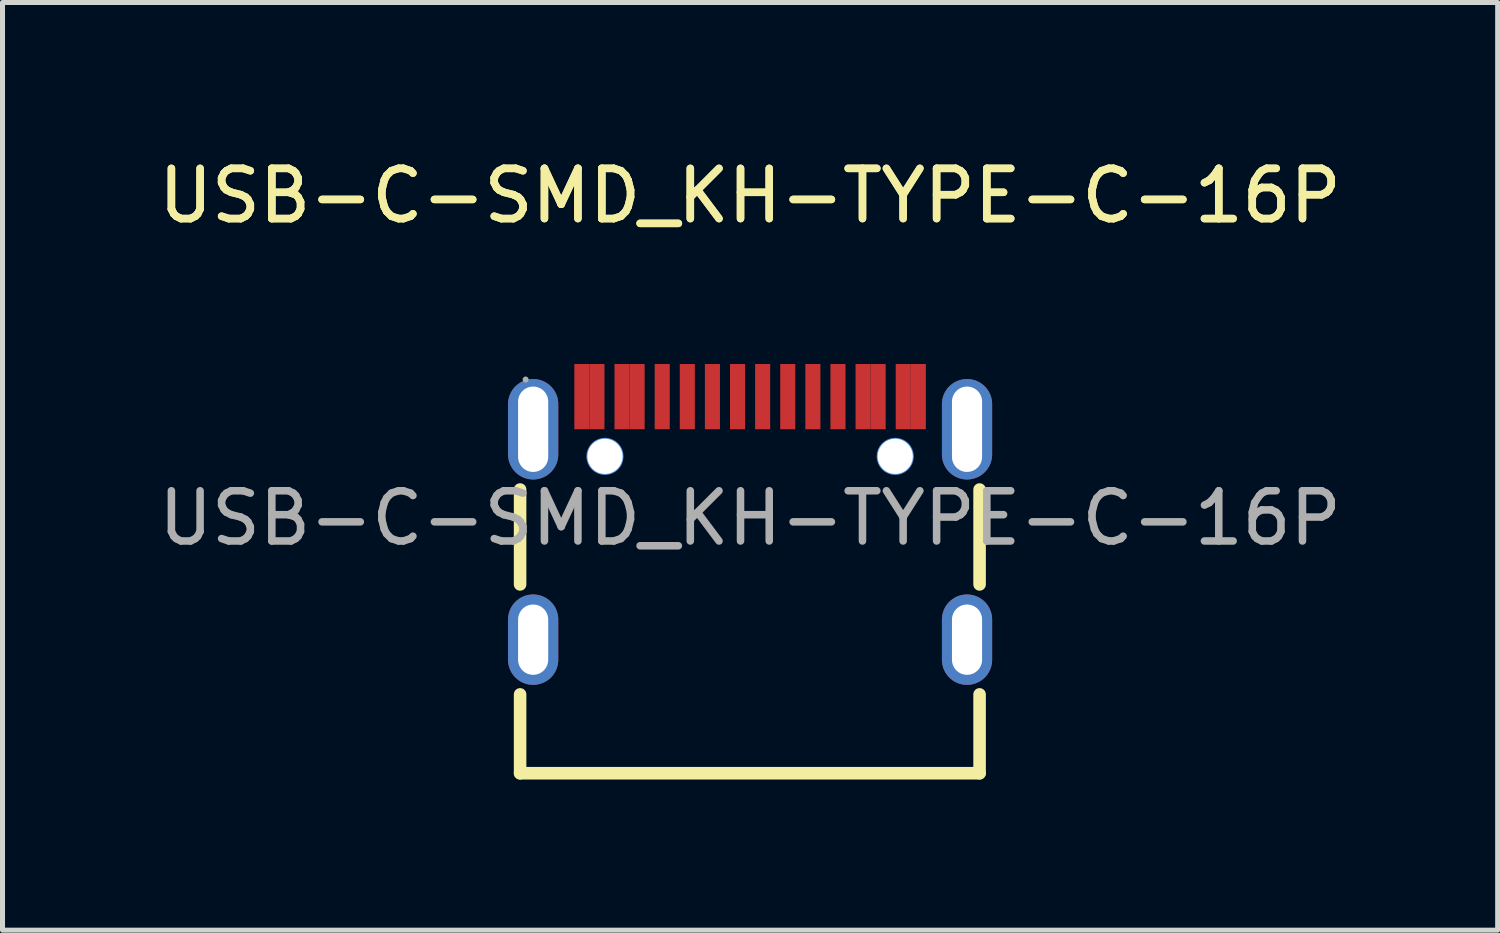
<source format=kicad_pcb>
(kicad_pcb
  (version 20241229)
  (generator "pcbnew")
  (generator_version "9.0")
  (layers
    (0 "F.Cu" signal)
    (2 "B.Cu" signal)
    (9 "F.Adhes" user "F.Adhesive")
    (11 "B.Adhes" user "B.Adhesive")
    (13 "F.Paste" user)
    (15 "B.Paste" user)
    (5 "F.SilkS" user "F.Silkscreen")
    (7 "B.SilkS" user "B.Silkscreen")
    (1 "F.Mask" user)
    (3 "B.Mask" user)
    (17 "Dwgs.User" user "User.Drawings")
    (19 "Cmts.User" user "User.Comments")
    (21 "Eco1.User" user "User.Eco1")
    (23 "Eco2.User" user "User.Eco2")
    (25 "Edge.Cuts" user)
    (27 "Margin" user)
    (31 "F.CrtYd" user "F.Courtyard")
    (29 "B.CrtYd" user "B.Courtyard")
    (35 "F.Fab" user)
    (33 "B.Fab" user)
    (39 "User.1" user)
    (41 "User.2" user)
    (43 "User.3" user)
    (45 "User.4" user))
  (footprint "USB-C-SMD_KH-TYPE-C-16P"
    (layer "F.Cu")
    (at 11.887 7.268)
    (property "Reference" "USB-C-SMD_KH-TYPE-C-16P" (at 0 -6.42 0) (layer "F.SilkS") (effects (font (size 1 1) (thickness 0.15))))
    (attr smd)
    (fp_line (start -4.58 -0.57) (end -4.58 1.32) (stroke (width 0.25) (type solid)) (layer "F.SilkS"))
    (fp_line (start -4.58 3.51) (end -4.58 5.08) (stroke (width 0.25) (type solid)) (layer "F.SilkS"))
    (fp_line (start -4.58 5.08) (end 4.57 5.08) (stroke (width 0.25) (type solid)) (layer "F.SilkS"))
    (fp_line (start 4.57 1.32) (end 4.57 -0.57) (stroke (width 0.25) (type solid)) (layer "F.SilkS"))
    (fp_line (start 4.57 5.08) (end 4.57 3.51) (stroke (width 0.25) (type solid)) (layer "F.SilkS"))
    (fp_circle (center -2.89 -1.23) (end -2.77 -1.23) (stroke (width 0.25) (type solid)) (fill no) (layer "Cmts.User"))
    (fp_circle (center 2.89 -1.23) (end 3.01 -1.23) (stroke (width 0.25) (type solid)) (fill no) (layer "Cmts.User"))
    (fp_circle (center -4.47 -2.76) (end -4.44 -2.76) (stroke (width 0.06) (type solid)) (fill no) (layer "F.Fab"))
    (fp_text user "${REFERENCE}" (at 0 -6.42 0) (layer "F.SilkS") (effects (font (size 1 1) (thickness 0.15))))
    (fp_text user "${REFERENCE}" (at 0 0 0) (layer "F.Fab") (effects (font (size 1 1) (thickness 0.15))))
    (pad "" thru_hole circle (at -2.89 -1.23) (size 0.7 0.7) (drill 0.7) (layers "*.Cu" "*.Mask"))
    (pad "" thru_hole circle (at 2.89 -1.23) (size 0.7 0.7) (drill 0.7) (layers "*.Cu" "*.Mask"))
    (pad "1" thru_hole oval (at -4.32 -1.77) (size 1 2) (drill oval 0.6 1.7) (layers "*.Cu" "*.Mask"))
    (pad "2" thru_hole oval (at 4.32 -1.77) (size 1 2) (drill oval 0.6 1.7) (layers "*.Cu" "*.Mask"))
    (pad "3" thru_hole oval (at -4.32 2.42) (size 1 1.8) (drill oval 0.6 1.4) (layers "*.Cu" "*.Mask"))
    (pad "4" thru_hole oval (at 4.32 2.42) (size 1 1.8) (drill oval 0.6 1.4) (layers "*.Cu" "*.Mask"))
    (pad "A1" smd rect (at -3.35 -2.42) (size 0.3 1.3) (layers "F.Cu" "F.Mask" "F.Paste"))
    (pad "A4" smd rect (at -2.55 -2.42) (size 0.3 1.3) (layers "F.Cu" "F.Mask" "F.Paste"))
    (pad "A5" smd rect (at -1.25 -2.42) (size 0.3 1.3) (layers "F.Cu" "F.Mask" "F.Paste"))
    (pad "A6" smd rect (at -0.25 -2.42) (size 0.3 1.3) (layers "F.Cu" "F.Mask" "F.Paste"))
    (pad "A7" smd rect (at 0.25 -2.42) (size 0.3 1.3) (layers "F.Cu" "F.Mask" "F.Paste"))
    (pad "A8" smd rect (at 1.25 -2.42) (size 0.3 1.3) (layers "F.Cu" "F.Mask" "F.Paste"))
    (pad "A9" smd rect (at 2.55 -2.42 180) (size 0.3 1.3) (layers "F.Cu" "F.Mask" "F.Paste"))
    (pad "A12" smd rect (at 3.35 -2.42) (size 0.3 1.3) (layers "F.Cu" "F.Mask" "F.Paste"))
    (pad "B1" smd rect (at 3.05 -2.42) (size 0.3 1.3) (layers "F.Cu" "F.Mask" "F.Paste"))
    (pad "B4" smd rect (at 2.25 -2.42 180) (size 0.3 1.3) (layers "F.Cu" "F.Mask" "F.Paste"))
    (pad "B5" smd rect (at 1.75 -2.42) (size 0.3 1.3) (layers "F.Cu" "F.Mask" "F.Paste"))
    (pad "B6" smd rect (at 0.75 -2.42) (size 0.3 1.3) (layers "F.Cu" "F.Mask" "F.Paste"))
    (pad "B7" smd rect (at -0.75 -2.42) (size 0.3 1.3) (layers "F.Cu" "F.Mask" "F.Paste"))
    (pad "B8" smd rect (at -1.75 -2.42) (size 0.3 1.3) (layers "F.Cu" "F.Mask" "F.Paste"))
    (pad "B9" smd rect (at -2.25 -2.42) (size 0.3 1.3) (layers "F.Cu" "F.Mask" "F.Paste"))
    (pad "B12" smd rect (at -3.05 -2.42) (size 0.3 1.3) (layers "F.Cu" "F.Mask" "F.Paste")))
  (gr_rect
    (start -3 -3)
    (end 26.774 15.473)
    (stroke (width 0.1) (type default))
    (fill no)
    (layer "Edge.Cuts")))
</source>
